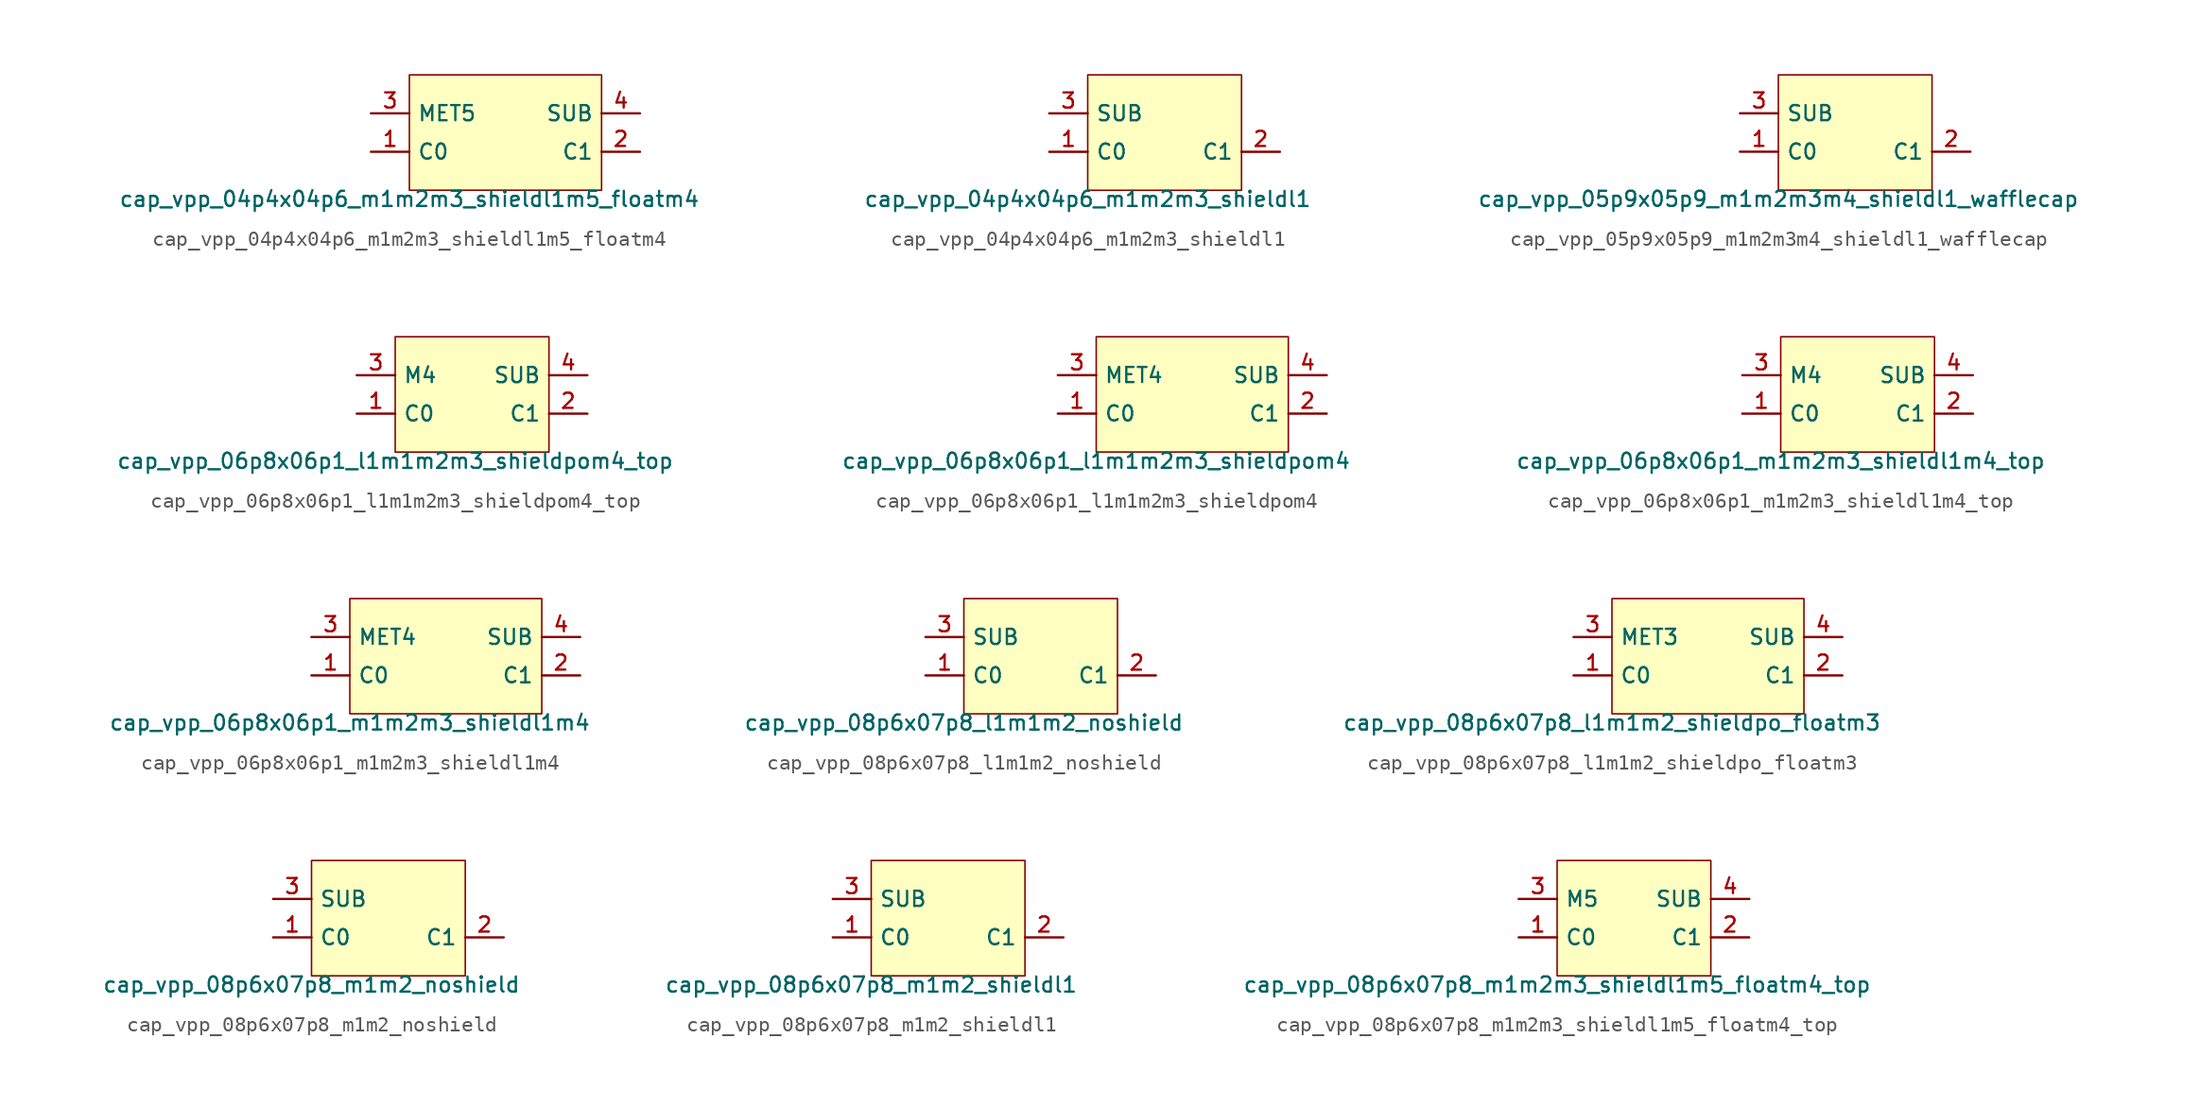
<source format=kicad_sym>
(kicad_symbol_lib
  (version 20211014)
  (generator pdk2kicad)
  (symbol "cap_vpp_04p4x04p6_m1m2m3_shieldl1m5_floatm4"
    (property "Reference" "X"
      (at 0 0 0)
      (effects (font (size 1 1)) hide))
    (property "Value" "cap_vpp_04p4x04p6_m1m2m3_shieldl1m5_floatm4"
      (at -6.35 -3.81 0)
      (effects (font (size 1 1)) (justify top)))
    (rectangle
      (start -6.35 -3.81)
      (end 6.35 3.81)
      (stroke (width 0.1) (type solid) (color 0 0 0 0))
      (fill (type background)))
    (pin bidirectional line
      (at -8.89 -1.27 0)
      (length 2.54)
      (name "C0" (effects (font (size 1 1)) hide))
      (number "1" (effects (font (size 1 1)) hide)))
    (pin bidirectional line
      (at 8.89 -1.27 180)
      (length 2.54)
      (name "C1" (effects (font (size 1 1)) hide))
      (number "2" (effects (font (size 1 1)) hide)))
    (pin bidirectional line
      (at -8.89 1.27 0)
      (length 2.54)
      (name "MET5" (effects (font (size 1 1)) hide))
      (number "3" (effects (font (size 1 1)) hide)))
    (pin bidirectional line
      (at 8.89 1.27 180)
      (length 2.54)
      (name "SUB" (effects (font (size 1 1)) hide))
      (number "4" (effects (font (size 1 1)) hide))))
  (symbol "cap_vpp_04p4x04p6_m1m2m3_shieldl1"
    (property "Reference" "X"
      (at 0 0 0)
      (effects (font (size 1 1)) hide))
    (property "Value" "cap_vpp_04p4x04p6_m1m2m3_shieldl1"
      (at -5.08 -3.81 0)
      (effects (font (size 1 1)) (justify top)))
    (rectangle
      (start -5.08 -3.81)
      (end 5.08 3.81)
      (stroke (width 0.1) (type solid) (color 0 0 0 0))
      (fill (type background)))
    (pin bidirectional line
      (at -7.62 -1.27 0)
      (length 2.54)
      (name "C0" (effects (font (size 1 1)) hide))
      (number "1" (effects (font (size 1 1)) hide)))
    (pin bidirectional line
      (at 7.62 -1.27 180)
      (length 2.54)
      (name "C1" (effects (font (size 1 1)) hide))
      (number "2" (effects (font (size 1 1)) hide)))
    (pin bidirectional line
      (at -7.62 1.27 0)
      (length 2.54)
      (name "SUB" (effects (font (size 1 1)) hide))
      (number "3" (effects (font (size 1 1)) hide))))
  (symbol "cap_vpp_05p9x05p9_m1m2m3m4_shieldl1_wafflecap"
    (property "Reference" "X"
      (at 0 0 0)
      (effects (font (size 1 1)) hide))
    (property "Value" "cap_vpp_05p9x05p9_m1m2m3m4_shieldl1_wafflecap"
      (at -5.08 -3.81 0)
      (effects (font (size 1 1)) (justify top)))
    (rectangle
      (start -5.08 -3.81)
      (end 5.08 3.81)
      (stroke (width 0.1) (type solid) (color 0 0 0 0))
      (fill (type background)))
    (pin bidirectional line
      (at -7.62 -1.27 0)
      (length 2.54)
      (name "C0" (effects (font (size 1 1)) hide))
      (number "1" (effects (font (size 1 1)) hide)))
    (pin bidirectional line
      (at 7.62 -1.27 180)
      (length 2.54)
      (name "C1" (effects (font (size 1 1)) hide))
      (number "2" (effects (font (size 1 1)) hide)))
    (pin bidirectional line
      (at -7.62 1.27 0)
      (length 2.54)
      (name "SUB" (effects (font (size 1 1)) hide))
      (number "3" (effects (font (size 1 1)) hide))))
  (symbol "cap_vpp_06p8x06p1_l1m1m2m3_shieldpom4_top"
    (property "Reference" "X"
      (at 0 0 0)
      (effects (font (size 1 1)) hide))
    (property "Value" "cap_vpp_06p8x06p1_l1m1m2m3_shieldpom4_top"
      (at -5.08 -3.81 0)
      (effects (font (size 1 1)) (justify top)))
    (rectangle
      (start -5.08 -3.81)
      (end 5.08 3.81)
      (stroke (width 0.1) (type solid) (color 0 0 0 0))
      (fill (type background)))
    (pin bidirectional line
      (at -7.62 -1.27 0)
      (length 2.54)
      (name "C0" (effects (font (size 1 1)) hide))
      (number "1" (effects (font (size 1 1)) hide)))
    (pin bidirectional line
      (at 7.62 -1.27 180)
      (length 2.54)
      (name "C1" (effects (font (size 1 1)) hide))
      (number "2" (effects (font (size 1 1)) hide)))
    (pin bidirectional line
      (at -7.62 1.27 0)
      (length 2.54)
      (name "M4" (effects (font (size 1 1)) hide))
      (number "3" (effects (font (size 1 1)) hide)))
    (pin bidirectional line
      (at 7.62 1.27 180)
      (length 2.54)
      (name "SUB" (effects (font (size 1 1)) hide))
      (number "4" (effects (font (size 1 1)) hide))))
  (symbol "cap_vpp_06p8x06p1_l1m1m2m3_shieldpom4"
    (property "Reference" "X"
      (at 0 0 0)
      (effects (font (size 1 1)) hide))
    (property "Value" "cap_vpp_06p8x06p1_l1m1m2m3_shieldpom4"
      (at -6.35 -3.81 0)
      (effects (font (size 1 1)) (justify top)))
    (rectangle
      (start -6.35 -3.81)
      (end 6.35 3.81)
      (stroke (width 0.1) (type solid) (color 0 0 0 0))
      (fill (type background)))
    (pin bidirectional line
      (at -8.89 -1.27 0)
      (length 2.54)
      (name "C0" (effects (font (size 1 1)) hide))
      (number "1" (effects (font (size 1 1)) hide)))
    (pin bidirectional line
      (at 8.89 -1.27 180)
      (length 2.54)
      (name "C1" (effects (font (size 1 1)) hide))
      (number "2" (effects (font (size 1 1)) hide)))
    (pin bidirectional line
      (at -8.89 1.27 0)
      (length 2.54)
      (name "MET4" (effects (font (size 1 1)) hide))
      (number "3" (effects (font (size 1 1)) hide)))
    (pin bidirectional line
      (at 8.89 1.27 180)
      (length 2.54)
      (name "SUB" (effects (font (size 1 1)) hide))
      (number "4" (effects (font (size 1 1)) hide))))
  (symbol "cap_vpp_06p8x06p1_m1m2m3_shieldl1m4_top"
    (property "Reference" "X"
      (at 0 0 0)
      (effects (font (size 1 1)) hide))
    (property "Value" "cap_vpp_06p8x06p1_m1m2m3_shieldl1m4_top"
      (at -5.08 -3.81 0)
      (effects (font (size 1 1)) (justify top)))
    (rectangle
      (start -5.08 -3.81)
      (end 5.08 3.81)
      (stroke (width 0.1) (type solid) (color 0 0 0 0))
      (fill (type background)))
    (pin bidirectional line
      (at -7.62 -1.27 0)
      (length 2.54)
      (name "C0" (effects (font (size 1 1)) hide))
      (number "1" (effects (font (size 1 1)) hide)))
    (pin bidirectional line
      (at 7.62 -1.27 180)
      (length 2.54)
      (name "C1" (effects (font (size 1 1)) hide))
      (number "2" (effects (font (size 1 1)) hide)))
    (pin bidirectional line
      (at -7.62 1.27 0)
      (length 2.54)
      (name "M4" (effects (font (size 1 1)) hide))
      (number "3" (effects (font (size 1 1)) hide)))
    (pin bidirectional line
      (at 7.62 1.27 180)
      (length 2.54)
      (name "SUB" (effects (font (size 1 1)) hide))
      (number "4" (effects (font (size 1 1)) hide))))
  (symbol "cap_vpp_06p8x06p1_m1m2m3_shieldl1m4"
    (property "Reference" "X"
      (at 0 0 0)
      (effects (font (size 1 1)) hide))
    (property "Value" "cap_vpp_06p8x06p1_m1m2m3_shieldl1m4"
      (at -6.35 -3.81 0)
      (effects (font (size 1 1)) (justify top)))
    (rectangle
      (start -6.35 -3.81)
      (end 6.35 3.81)
      (stroke (width 0.1) (type solid) (color 0 0 0 0))
      (fill (type background)))
    (pin bidirectional line
      (at -8.89 -1.27 0)
      (length 2.54)
      (name "C0" (effects (font (size 1 1)) hide))
      (number "1" (effects (font (size 1 1)) hide)))
    (pin bidirectional line
      (at 8.89 -1.27 180)
      (length 2.54)
      (name "C1" (effects (font (size 1 1)) hide))
      (number "2" (effects (font (size 1 1)) hide)))
    (pin bidirectional line
      (at -8.89 1.27 0)
      (length 2.54)
      (name "MET4" (effects (font (size 1 1)) hide))
      (number "3" (effects (font (size 1 1)) hide)))
    (pin bidirectional line
      (at 8.89 1.27 180)
      (length 2.54)
      (name "SUB" (effects (font (size 1 1)) hide))
      (number "4" (effects (font (size 1 1)) hide))))
  (symbol "cap_vpp_08p6x07p8_l1m1m2_noshield"
    (property "Reference" "X"
      (at 0 0 0)
      (effects (font (size 1 1)) hide))
    (property "Value" "cap_vpp_08p6x07p8_l1m1m2_noshield"
      (at -5.08 -3.81 0)
      (effects (font (size 1 1)) (justify top)))
    (rectangle
      (start -5.08 -3.81)
      (end 5.08 3.81)
      (stroke (width 0.1) (type solid) (color 0 0 0 0))
      (fill (type background)))
    (pin bidirectional line
      (at -7.62 -1.27 0)
      (length 2.54)
      (name "C0" (effects (font (size 1 1)) hide))
      (number "1" (effects (font (size 1 1)) hide)))
    (pin bidirectional line
      (at 7.62 -1.27 180)
      (length 2.54)
      (name "C1" (effects (font (size 1 1)) hide))
      (number "2" (effects (font (size 1 1)) hide)))
    (pin bidirectional line
      (at -7.62 1.27 0)
      (length 2.54)
      (name "SUB" (effects (font (size 1 1)) hide))
      (number "3" (effects (font (size 1 1)) hide))))
  (symbol "cap_vpp_08p6x07p8_l1m1m2_shieldpo_floatm3"
    (property "Reference" "X"
      (at 0 0 0)
      (effects (font (size 1 1)) hide))
    (property "Value" "cap_vpp_08p6x07p8_l1m1m2_shieldpo_floatm3"
      (at -6.35 -3.81 0)
      (effects (font (size 1 1)) (justify top)))
    (rectangle
      (start -6.35 -3.81)
      (end 6.35 3.81)
      (stroke (width 0.1) (type solid) (color 0 0 0 0))
      (fill (type background)))
    (pin bidirectional line
      (at -8.89 -1.27 0)
      (length 2.54)
      (name "C0" (effects (font (size 1 1)) hide))
      (number "1" (effects (font (size 1 1)) hide)))
    (pin bidirectional line
      (at 8.89 -1.27 180)
      (length 2.54)
      (name "C1" (effects (font (size 1 1)) hide))
      (number "2" (effects (font (size 1 1)) hide)))
    (pin bidirectional line
      (at -8.89 1.27 0)
      (length 2.54)
      (name "MET3" (effects (font (size 1 1)) hide))
      (number "3" (effects (font (size 1 1)) hide)))
    (pin bidirectional line
      (at 8.89 1.27 180)
      (length 2.54)
      (name "SUB" (effects (font (size 1 1)) hide))
      (number "4" (effects (font (size 1 1)) hide))))
  (symbol "cap_vpp_08p6x07p8_m1m2_noshield"
    (property "Reference" "X"
      (at 0 0 0)
      (effects (font (size 1 1)) hide))
    (property "Value" "cap_vpp_08p6x07p8_m1m2_noshield"
      (at -5.08 -3.81 0)
      (effects (font (size 1 1)) (justify top)))
    (rectangle
      (start -5.08 -3.81)
      (end 5.08 3.81)
      (stroke (width 0.1) (type solid) (color 0 0 0 0))
      (fill (type background)))
    (pin bidirectional line
      (at -7.62 -1.27 0)
      (length 2.54)
      (name "C0" (effects (font (size 1 1)) hide))
      (number "1" (effects (font (size 1 1)) hide)))
    (pin bidirectional line
      (at 7.62 -1.27 180)
      (length 2.54)
      (name "C1" (effects (font (size 1 1)) hide))
      (number "2" (effects (font (size 1 1)) hide)))
    (pin bidirectional line
      (at -7.62 1.27 0)
      (length 2.54)
      (name "SUB" (effects (font (size 1 1)) hide))
      (number "3" (effects (font (size 1 1)) hide))))
  (symbol "cap_vpp_08p6x07p8_m1m2_shieldl1"
    (property "Reference" "X"
      (at 0 0 0)
      (effects (font (size 1 1)) hide))
    (property "Value" "cap_vpp_08p6x07p8_m1m2_shieldl1"
      (at -5.08 -3.81 0)
      (effects (font (size 1 1)) (justify top)))
    (rectangle
      (start -5.08 -3.81)
      (end 5.08 3.81)
      (stroke (width 0.1) (type solid) (color 0 0 0 0))
      (fill (type background)))
    (pin bidirectional line
      (at -7.62 -1.27 0)
      (length 2.54)
      (name "C0" (effects (font (size 1 1)) hide))
      (number "1" (effects (font (size 1 1)) hide)))
    (pin bidirectional line
      (at 7.62 -1.27 180)
      (length 2.54)
      (name "C1" (effects (font (size 1 1)) hide))
      (number "2" (effects (font (size 1 1)) hide)))
    (pin bidirectional line
      (at -7.62 1.27 0)
      (length 2.54)
      (name "SUB" (effects (font (size 1 1)) hide))
      (number "3" (effects (font (size 1 1)) hide))))
  (symbol "cap_vpp_08p6x07p8_m1m2m3_shieldl1m5_floatm4_top"
    (property "Reference" "X"
      (at 0 0 0)
      (effects (font (size 1 1)) hide))
    (property "Value" "cap_vpp_08p6x07p8_m1m2m3_shieldl1m5_floatm4_top"
      (at -5.08 -3.81 0)
      (effects (font (size 1 1)) (justify top)))
    (rectangle
      (start -5.08 -3.81)
      (end 5.08 3.81)
      (stroke (width 0.1) (type solid) (color 0 0 0 0))
      (fill (type background)))
    (pin bidirectional line
      (at -7.62 -1.27 0)
      (length 2.54)
      (name "C0" (effects (font (size 1 1)) hide))
      (number "1" (effects (font (size 1 1)) hide)))
    (pin bidirectional line
      (at 7.62 -1.27 180)
      (length 2.54)
      (name "C1" (effects (font (size 1 1)) hide))
      (number "2" (effects (font (size 1 1)) hide)))
    (pin bidirectional line
      (at -7.62 1.27 0)
      (length 2.54)
      (name "M5" (effects (font (size 1 1)) hide))
      (number "3" (effects (font (size 1 1)) hide)))
    (pin bidirectional line
      (at 7.62 1.27 180)
      (length 2.54)
      (name "SUB" (effects (font (size 1 1)) hide))
      (number "4" (effects (font (size 1 1)) hide)))))
</source>
